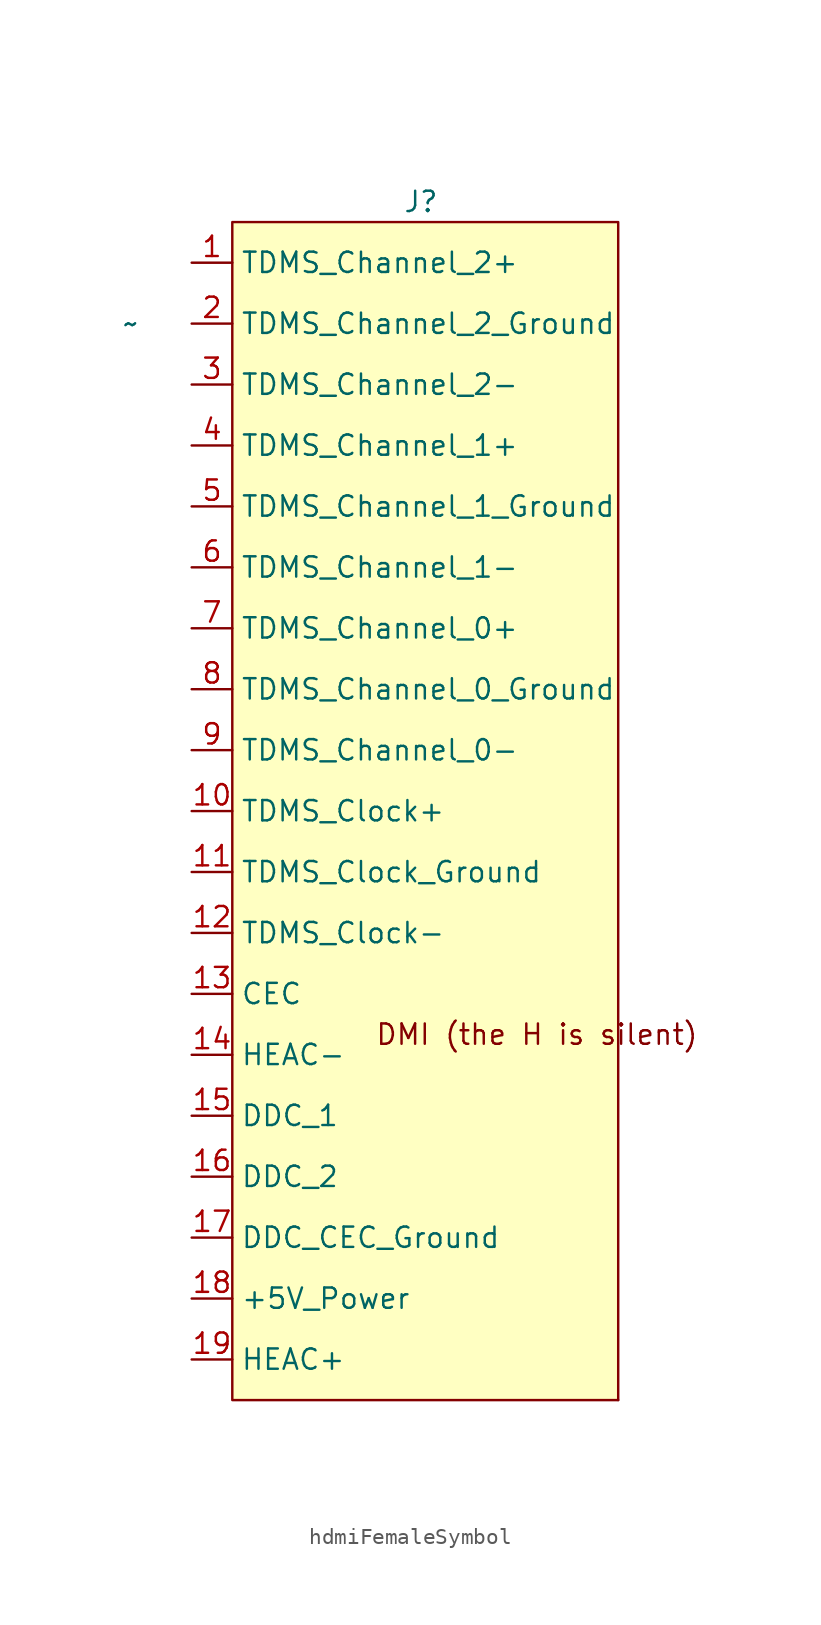
<source format=kicad_sym>
(kicad_symbol_lib
  (version 20231120)
  (generator "kicad_symbol_editor")
  (generator_version "8.0")
  (symbol "hdmiFemaleSymbol"
    (property "Reference" "J"
      (at 17.018 7.62 0)
      (effects (font (size 1.27 1.27)) (justify left)))
    (property "Value" "~"
      (at 0 0 0)
      (effects (font (size 1.27 1.27))))
    (symbol "hdmiFemaleSymbol_0_1"
      (rectangle (start 30.48 -67.31) (end 30.48 -67.31) (stroke (width 0) (type default)) (fill (type none))))
    (symbol "hdmiFemaleSymbol_1_1"
      (rectangle (start 6.35 6.35) (end 30.48 -67.31) (stroke (width 0) (type default)) (fill (type background)))
      (text "DMI (the H is silent)\n" (at 25.4 -44.45 0) (effects (font (size 1.27 1.27))))
      (pin bidirectional line (at 3.81 3.81 0) (length 2.54) (name "TDMS_Channel_2+" (effects (font (size 1.27 1.27)))) (number "1" (effects (font (size 1.27 1.27)))))
      (pin bidirectional line (at 3.81 -30.48 0) (length 2.54) (name "TDMS_Clock+" (effects (font (size 1.27 1.27)))) (number "10" (effects (font (size 1.27 1.27)))))
      (pin power_in line (at 3.81 -34.29 0) (length 2.54) (name "TDMS_Clock_Ground" (effects (font (size 1.27 1.27)))) (number "11" (effects (font (size 1.27 1.27)))))
      (pin bidirectional line (at 3.81 -38.1 0) (length 2.54) (name "TDMS_Clock-" (effects (font (size 1.27 1.27)))) (number "12" (effects (font (size 1.27 1.27)))))
      (pin bidirectional line (at 3.81 -41.91 0) (length 2.54) (name "CEC" (effects (font (size 1.27 1.27)))) (number "13" (effects (font (size 1.27 1.27)))))
      (pin bidirectional line (at 3.81 -45.72 0) (length 2.54) (name "HEAC-" (effects (font (size 1.27 1.27)))) (number "14" (effects (font (size 1.27 1.27)))))
      (pin bidirectional line (at 3.81 -49.53 0) (length 2.54) (name "DDC_1" (effects (font (size 1.27 1.27)))) (number "15" (effects (font (size 1.27 1.27)))))
      (pin bidirectional line (at 3.81 -53.34 0) (length 2.54) (name "DDC_2" (effects (font (size 1.27 1.27)))) (number "16" (effects (font (size 1.27 1.27)))))
      (pin power_in line (at 3.81 -57.15 0) (length 2.54) (name "DDC_CEC_Ground" (effects (font (size 1.27 1.27)))) (number "17" (effects (font (size 1.27 1.27)))))
      (pin power_in line (at 3.81 -60.96 0) (length 2.54) (name "+5V_Power" (effects (font (size 1.27 1.27)))) (number "18" (effects (font (size 1.27 1.27)))))
      (pin bidirectional line (at 3.81 -64.77 0) (length 2.54) (name "HEAC+" (effects (font (size 1.27 1.27)))) (number "19" (effects (font (size 1.27 1.27)))))
      (pin power_in line (at 3.81 0 0) (length 2.54) (name "TDMS_Channel_2_Ground" (effects (font (size 1.27 1.27)))) (number "2" (effects (font (size 1.27 1.27)))))
      (pin bidirectional line (at 3.81 -3.81 0) (length 2.54) (name "TDMS_Channel_2-" (effects (font (size 1.27 1.27)))) (number "3" (effects (font (size 1.27 1.27)))))
      (pin bidirectional line (at 3.81 -7.62 0) (length 2.54) (name "TDMS_Channel_1+" (effects (font (size 1.27 1.27)))) (number "4" (effects (font (size 1.27 1.27)))))
      (pin power_in line (at 3.81 -11.43 0) (length 2.54) (name "TDMS_Channel_1_Ground" (effects (font (size 1.27 1.27)))) (number "5" (effects (font (size 1.27 1.27)))))
      (pin bidirectional line (at 3.81 -15.24 0) (length 2.54) (name "TDMS_Channel_1-" (effects (font (size 1.27 1.27)))) (number "6" (effects (font (size 1.27 1.27)))))
      (pin bidirectional line (at 3.81 -19.05 0) (length 2.54) (name "TDMS_Channel_0+" (effects (font (size 1.27 1.27)))) (number "7" (effects (font (size 1.27 1.27)))))
      (pin power_in line (at 3.81 -22.86 0) (length 2.54) (name "TDMS_Channel_0_Ground" (effects (font (size 1.27 1.27)))) (number "8" (effects (font (size 1.27 1.27)))))
      (pin bidirectional line (at 3.81 -26.67 0) (length 2.54) (name "TDMS_Channel_0-" (effects (font (size 1.27 1.27)))) (number "9" (effects (font (size 1.27 1.27))))))))
</source>
